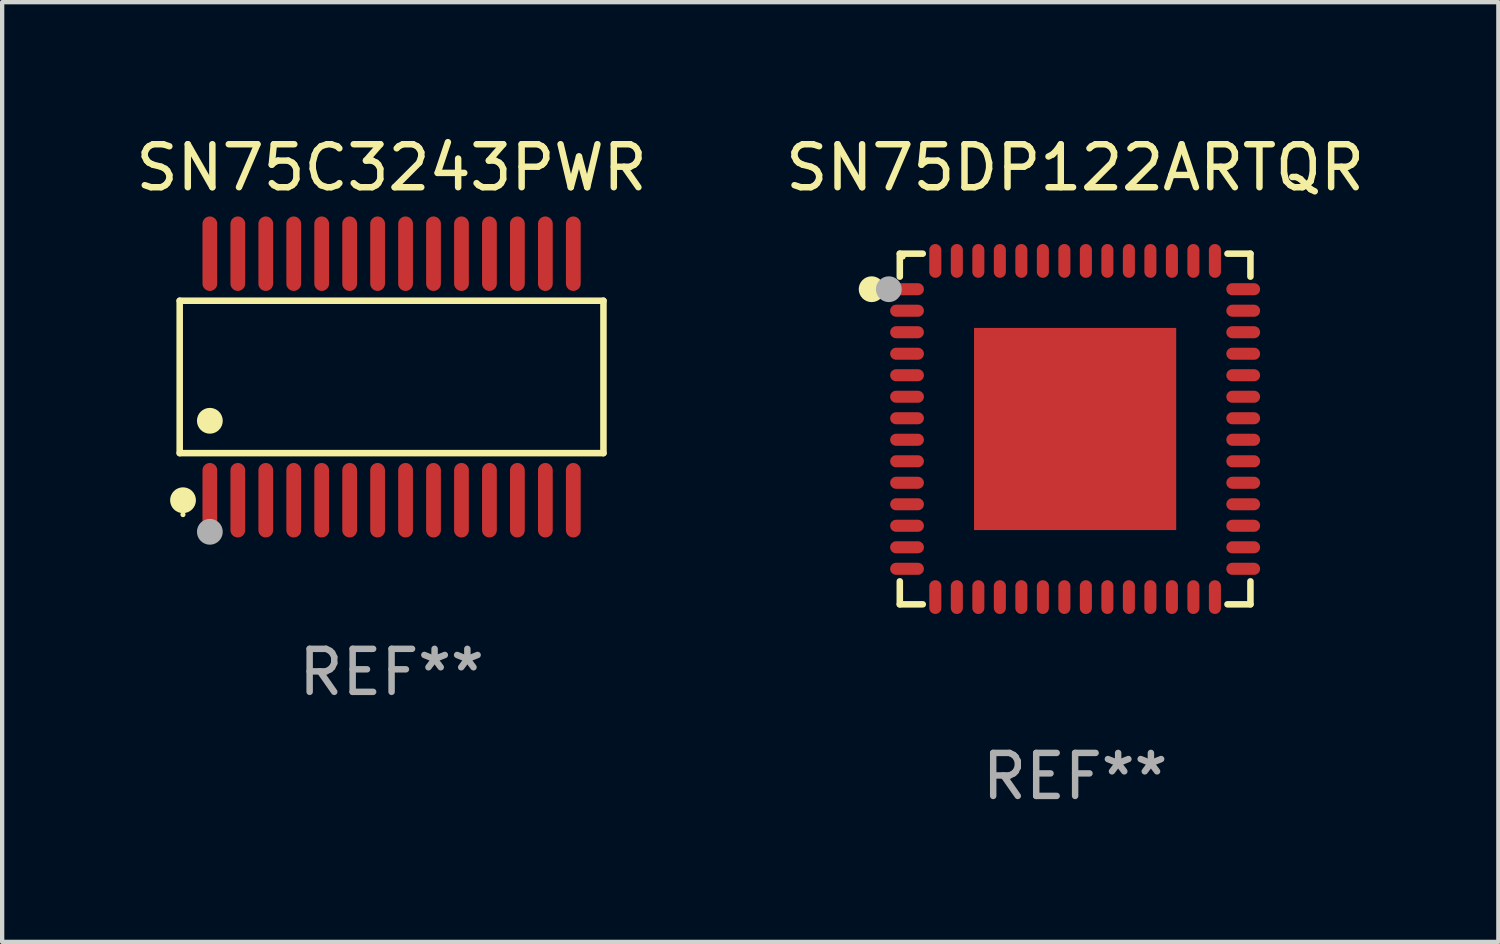
<source format=kicad_pcb>
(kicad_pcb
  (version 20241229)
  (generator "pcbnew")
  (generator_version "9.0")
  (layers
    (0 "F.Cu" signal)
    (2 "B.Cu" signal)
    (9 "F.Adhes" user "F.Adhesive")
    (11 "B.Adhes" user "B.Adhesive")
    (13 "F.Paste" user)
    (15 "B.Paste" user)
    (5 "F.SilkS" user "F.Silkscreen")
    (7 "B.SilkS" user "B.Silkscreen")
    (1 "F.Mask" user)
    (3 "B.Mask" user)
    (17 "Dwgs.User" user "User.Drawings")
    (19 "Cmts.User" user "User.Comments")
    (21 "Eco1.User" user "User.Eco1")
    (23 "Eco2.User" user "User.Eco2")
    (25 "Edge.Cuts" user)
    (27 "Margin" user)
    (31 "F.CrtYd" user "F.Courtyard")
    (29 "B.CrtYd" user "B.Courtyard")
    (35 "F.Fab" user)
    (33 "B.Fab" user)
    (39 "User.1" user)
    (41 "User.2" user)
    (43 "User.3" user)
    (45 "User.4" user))
  (footprint "SN75C3243PWR"
    (layer "F.Cu")
    (at 6.054 5.714)
    (property "Reference" "SN75C3243PWR" (at 0 -4.866 0) (layer "F.SilkS") (effects (font (size 1 1) (thickness 0.15))))
    (attr through_hole)
    (fp_line (start -4.926 -1.772) (end 4.926 -1.772) (stroke (width 0.152) (type solid)) (layer "F.SilkS"))
    (fp_line (start -4.926 1.771) (end -4.926 -1.772) (stroke (width 0.152) (type solid)) (layer "F.SilkS"))
    (fp_line (start 4.926 -1.772) (end 4.926 1.771) (stroke (width 0.152) (type solid)) (layer "F.SilkS"))
    (fp_line (start 4.926 1.771) (end -4.926 1.771) (stroke (width 0.152) (type solid)) (layer "F.SilkS"))
    (fp_circle (center -4.85 3.2) (end -4.82 3.2) (stroke (width 0.06) (type solid)) (fill no) (layer "F.SilkS"))
    (fp_circle (center -4.849 2.866) (end -4.699 2.866) (stroke (width 0.3) (type solid)) (fill no) (layer "F.SilkS"))
    (fp_circle (center -4.225 1.019) (end -4.075 1.019) (stroke (width 0.3) (type solid)) (fill no) (layer "F.SilkS"))
    (fp_circle (center -4.225 3.6) (end -4.075 3.6) (stroke (width 0.3) (type solid)) (fill no) (layer "F.Fab"))
    (fp_text user "REF**" (at 0 6.866 0) (layer "F.Fab") (effects (font (size 1 1) (thickness 0.15))))
    (pad "1" smd oval (at -4.225 2.866) (size 0.343 1.731) (layers "F.Cu" "F.Mask" "F.Paste"))
    (pad "2" smd oval (at -3.575 2.866) (size 0.343 1.731) (layers "F.Cu" "F.Mask" "F.Paste"))
    (pad "3" smd oval (at -2.925 2.866) (size 0.343 1.731) (layers "F.Cu" "F.Mask" "F.Paste"))
    (pad "4" smd oval (at -2.275 2.866) (size 0.343 1.731) (layers "F.Cu" "F.Mask" "F.Paste"))
    (pad "5" smd oval (at -1.625 2.866) (size 0.343 1.731) (layers "F.Cu" "F.Mask" "F.Paste"))
    (pad "6" smd oval (at -0.975 2.866) (size 0.343 1.731) (layers "F.Cu" "F.Mask" "F.Paste"))
    (pad "7" smd oval (at -0.325 2.866) (size 0.343 1.731) (layers "F.Cu" "F.Mask" "F.Paste"))
    (pad "8" smd oval (at 0.325 2.866) (size 0.343 1.731) (layers "F.Cu" "F.Mask" "F.Paste"))
    (pad "9" smd oval (at 0.975 2.866) (size 0.343 1.731) (layers "F.Cu" "F.Mask" "F.Paste"))
    (pad "10" smd oval (at 1.625 2.866) (size 0.343 1.731) (layers "F.Cu" "F.Mask" "F.Paste"))
    (pad "11" smd oval (at 2.275 2.866) (size 0.343 1.731) (layers "F.Cu" "F.Mask" "F.Paste"))
    (pad "12" smd oval (at 2.925 2.866) (size 0.343 1.731) (layers "F.Cu" "F.Mask" "F.Paste"))
    (pad "13" smd oval (at 3.575 2.866) (size 0.343 1.731) (layers "F.Cu" "F.Mask" "F.Paste"))
    (pad "14" smd oval (at 4.225 2.866) (size 0.343 1.731) (layers "F.Cu" "F.Mask" "F.Paste"))
    (pad "15" smd oval (at 4.225 -2.866) (size 0.343 1.731) (layers "F.Cu" "F.Mask" "F.Paste"))
    (pad "16" smd oval (at 3.575 -2.866) (size 0.343 1.731) (layers "F.Cu" "F.Mask" "F.Paste"))
    (pad "17" smd oval (at 2.925 -2.866) (size 0.343 1.731) (layers "F.Cu" "F.Mask" "F.Paste"))
    (pad "18" smd oval (at 2.275 -2.866) (size 0.343 1.731) (layers "F.Cu" "F.Mask" "F.Paste"))
    (pad "19" smd oval (at 1.625 -2.866) (size 0.343 1.731) (layers "F.Cu" "F.Mask" "F.Paste"))
    (pad "20" smd oval (at 0.975 -2.866) (size 0.343 1.731) (layers "F.Cu" "F.Mask" "F.Paste"))
    (pad "21" smd oval (at 0.325 -2.866) (size 0.343 1.731) (layers "F.Cu" "F.Mask" "F.Paste"))
    (pad "22" smd oval (at -0.325 -2.866) (size 0.343 1.731) (layers "F.Cu" "F.Mask" "F.Paste"))
    (pad "23" smd oval (at -0.975 -2.866) (size 0.343 1.731) (layers "F.Cu" "F.Mask" "F.Paste"))
    (pad "24" smd oval (at -1.625 -2.866) (size 0.343 1.731) (layers "F.Cu" "F.Mask" "F.Paste"))
    (pad "25" smd oval (at -2.275 -2.866) (size 0.343 1.731) (layers "F.Cu" "F.Mask" "F.Paste"))
    (pad "26" smd oval (at -2.925 -2.866) (size 0.343 1.731) (layers "F.Cu" "F.Mask" "F.Paste"))
    (pad "27" smd oval (at -3.575 -2.866) (size 0.343 1.731) (layers "F.Cu" "F.Mask" "F.Paste"))
    (pad "28" smd oval (at -4.225 -2.866) (size 0.343 1.731) (layers "F.Cu" "F.Mask" "F.Paste")))
  (footprint "SN75DP122ARTQR"
    (layer "F.Cu")
    (at 21.946 6.924)
    (property "Reference" "SN75DP122ARTQR" (at 0 -6.076 0) (layer "F.SilkS") (effects (font (size 1 1) (thickness 0.15))))
    (attr through_hole)
    (fp_line (start -4.076 -4.076) (end -3.542 -4.076) (stroke (width 0.152) (type solid)) (layer "F.SilkS"))
    (fp_line (start -4.076 -3.542) (end -4.076 -4.076) (stroke (width 0.152) (type solid)) (layer "F.SilkS"))
    (fp_line (start -4.076 3.542) (end -4.076 4.076) (stroke (width 0.152) (type solid)) (layer "F.SilkS"))
    (fp_line (start -4.076 4.076) (end -3.542 4.076) (stroke (width 0.152) (type solid)) (layer "F.SilkS"))
    (fp_line (start 4.076 -4.076) (end 3.542 -4.076) (stroke (width 0.152) (type solid)) (layer "F.SilkS"))
    (fp_line (start 4.076 -3.542) (end 4.076 -4.076) (stroke (width 0.152) (type solid)) (layer "F.SilkS"))
    (fp_line (start 4.076 3.542) (end 4.076 4.076) (stroke (width 0.152) (type solid)) (layer "F.SilkS"))
    (fp_line (start 4.076 4.076) (end 3.542 4.076) (stroke (width 0.152) (type solid)) (layer "F.SilkS"))
    (fp_circle (center -4.731 -3.25) (end -4.581 -3.25) (stroke (width 0.3) (type solid)) (fill no) (layer "F.SilkS"))
    (fp_circle (center -4 -4) (end -3.97 -4) (stroke (width 0.06) (type solid)) (fill no) (layer "F.SilkS"))
    (fp_circle (center -4.331 -3.25) (end -4.181 -3.25) (stroke (width 0.3) (type solid)) (fill no) (layer "F.Fab"))
    (fp_text user "REF**" (at 0 8.076 0) (layer "F.Fab") (effects (font (size 1 1) (thickness 0.15))))
    (pad "1" smd oval (at -3.908 -3.25) (size 0.785 0.28) (layers "F.Cu" "F.Mask" "F.Paste"))
    (pad "2" smd oval (at -3.908 -2.75) (size 0.785 0.28) (layers "F.Cu" "F.Mask" "F.Paste"))
    (pad "3" smd oval (at -3.908 -2.25) (size 0.785 0.28) (layers "F.Cu" "F.Mask" "F.Paste"))
    (pad "4" smd oval (at -3.908 -1.75) (size 0.785 0.28) (layers "F.Cu" "F.Mask" "F.Paste"))
    (pad "5" smd oval (at -3.908 -1.25) (size 0.785 0.28) (layers "F.Cu" "F.Mask" "F.Paste"))
    (pad "6" smd oval (at -3.908 -0.75) (size 0.785 0.28) (layers "F.Cu" "F.Mask" "F.Paste"))
    (pad "7" smd oval (at -3.908 -0.25) (size 0.785 0.28) (layers "F.Cu" "F.Mask" "F.Paste"))
    (pad "8" smd oval (at -3.908 0.25) (size 0.785 0.28) (layers "F.Cu" "F.Mask" "F.Paste"))
    (pad "9" smd oval (at -3.908 0.75) (size 0.785 0.28) (layers "F.Cu" "F.Mask" "F.Paste"))
    (pad "10" smd oval (at -3.908 1.25) (size 0.785 0.28) (layers "F.Cu" "F.Mask" "F.Paste"))
    (pad "11" smd oval (at -3.908 1.75) (size 0.785 0.28) (layers "F.Cu" "F.Mask" "F.Paste"))
    (pad "12" smd oval (at -3.908 2.25) (size 0.785 0.28) (layers "F.Cu" "F.Mask" "F.Paste"))
    (pad "13" smd oval (at -3.908 2.75) (size 0.785 0.28) (layers "F.Cu" "F.Mask" "F.Paste"))
    (pad "14" smd oval (at -3.908 3.25) (size 0.785 0.28) (layers "F.Cu" "F.Mask" "F.Paste"))
    (pad "15" smd oval (at -3.25 3.908) (size 0.28 0.785) (layers "F.Cu" "F.Mask" "F.Paste"))
    (pad "16" smd oval (at -2.75 3.908) (size 0.28 0.785) (layers "F.Cu" "F.Mask" "F.Paste"))
    (pad "17" smd oval (at -2.25 3.908) (size 0.28 0.785) (layers "F.Cu" "F.Mask" "F.Paste"))
    (pad "18" smd oval (at -1.75 3.908) (size 0.28 0.785) (layers "F.Cu" "F.Mask" "F.Paste"))
    (pad "19" smd oval (at -1.25 3.908) (size 0.28 0.785) (layers "F.Cu" "F.Mask" "F.Paste"))
    (pad "20" smd oval (at -0.75 3.908) (size 0.28 0.785) (layers "F.Cu" "F.Mask" "F.Paste"))
    (pad "21" smd oval (at -0.25 3.908) (size 0.28 0.785) (layers "F.Cu" "F.Mask" "F.Paste"))
    (pad "22" smd oval (at 0.25 3.908) (size 0.28 0.785) (layers "F.Cu" "F.Mask" "F.Paste"))
    (pad "23" smd oval (at 0.75 3.908) (size 0.28 0.785) (layers "F.Cu" "F.Mask" "F.Paste"))
    (pad "24" smd oval (at 1.25 3.908) (size 0.28 0.785) (layers "F.Cu" "F.Mask" "F.Paste"))
    (pad "25" smd oval (at 1.75 3.908) (size 0.28 0.785) (layers "F.Cu" "F.Mask" "F.Paste"))
    (pad "26" smd oval (at 2.25 3.908) (size 0.28 0.785) (layers "F.Cu" "F.Mask" "F.Paste"))
    (pad "27" smd oval (at 2.75 3.908) (size 0.28 0.785) (layers "F.Cu" "F.Mask" "F.Paste"))
    (pad "28" smd oval (at 3.25 3.908) (size 0.28 0.785) (layers "F.Cu" "F.Mask" "F.Paste"))
    (pad "29" smd oval (at 3.908 3.25) (size 0.785 0.28) (layers "F.Cu" "F.Mask" "F.Paste"))
    (pad "30" smd oval (at 3.908 2.75) (size 0.785 0.28) (layers "F.Cu" "F.Mask" "F.Paste"))
    (pad "31" smd oval (at 3.908 2.25) (size 0.785 0.28) (layers "F.Cu" "F.Mask" "F.Paste"))
    (pad "32" smd oval (at 3.908 1.75) (size 0.785 0.28) (layers "F.Cu" "F.Mask" "F.Paste"))
    (pad "33" smd oval (at 3.908 1.25) (size 0.785 0.28) (layers "F.Cu" "F.Mask" "F.Paste"))
    (pad "34" smd oval (at 3.908 0.75) (size 0.785 0.28) (layers "F.Cu" "F.Mask" "F.Paste"))
    (pad "35" smd oval (at 3.908 0.25) (size 0.785 0.28) (layers "F.Cu" "F.Mask" "F.Paste"))
    (pad "36" smd oval (at 3.908 -0.25) (size 0.785 0.28) (layers "F.Cu" "F.Mask" "F.Paste"))
    (pad "37" smd oval (at 3.908 -0.75) (size 0.785 0.28) (layers "F.Cu" "F.Mask" "F.Paste"))
    (pad "38" smd oval (at 3.908 -1.25) (size 0.785 0.28) (layers "F.Cu" "F.Mask" "F.Paste"))
    (pad "39" smd oval (at 3.908 -1.75) (size 0.785 0.28) (layers "F.Cu" "F.Mask" "F.Paste"))
    (pad "40" smd oval (at 3.908 -2.25) (size 0.785 0.28) (layers "F.Cu" "F.Mask" "F.Paste"))
    (pad "41" smd oval (at 3.908 -2.75) (size 0.785 0.28) (layers "F.Cu" "F.Mask" "F.Paste"))
    (pad "42" smd oval (at 3.908 -3.25) (size 0.785 0.28) (layers "F.Cu" "F.Mask" "F.Paste"))
    (pad "43" smd oval (at 3.25 -3.908) (size 0.28 0.785) (layers "F.Cu" "F.Mask" "F.Paste"))
    (pad "44" smd oval (at 2.75 -3.908) (size 0.28 0.785) (layers "F.Cu" "F.Mask" "F.Paste"))
    (pad "45" smd oval (at 2.25 -3.908) (size 0.28 0.785) (layers "F.Cu" "F.Mask" "F.Paste"))
    (pad "46" smd oval (at 1.75 -3.908) (size 0.28 0.785) (layers "F.Cu" "F.Mask" "F.Paste"))
    (pad "47" smd oval (at 1.25 -3.908) (size 0.28 0.785) (layers "F.Cu" "F.Mask" "F.Paste"))
    (pad "48" smd oval (at 0.75 -3.908) (size 0.28 0.785) (layers "F.Cu" "F.Mask" "F.Paste"))
    (pad "49" smd oval (at 0.25 -3.908) (size 0.28 0.785) (layers "F.Cu" "F.Mask" "F.Paste"))
    (pad "50" smd oval (at -0.25 -3.908) (size 0.28 0.785) (layers "F.Cu" "F.Mask" "F.Paste"))
    (pad "51" smd oval (at -0.75 -3.908) (size 0.28 0.785) (layers "F.Cu" "F.Mask" "F.Paste"))
    (pad "52" smd oval (at -1.25 -3.908) (size 0.28 0.785) (layers "F.Cu" "F.Mask" "F.Paste"))
    (pad "53" smd oval (at -1.75 -3.908) (size 0.28 0.785) (layers "F.Cu" "F.Mask" "F.Paste"))
    (pad "54" smd oval (at -2.25 -3.908) (size 0.28 0.785) (layers "F.Cu" "F.Mask" "F.Paste"))
    (pad "55" smd oval (at -2.75 -3.908) (size 0.28 0.785) (layers "F.Cu" "F.Mask" "F.Paste"))
    (pad "56" smd oval (at -3.25 -3.908) (size 0.28 0.785) (layers "F.Cu" "F.Mask" "F.Paste"))
    (pad "57" smd rect (at 0 0) (size 4.7 4.7) (layers "F.Cu" "F.Mask" "F.Paste")))
  (gr_rect
    (start -3 -3)
    (end 31.786 18.849)
    (stroke (width 0.1) (type default))
    (fill no)
    (layer "Edge.Cuts")))
</source>
